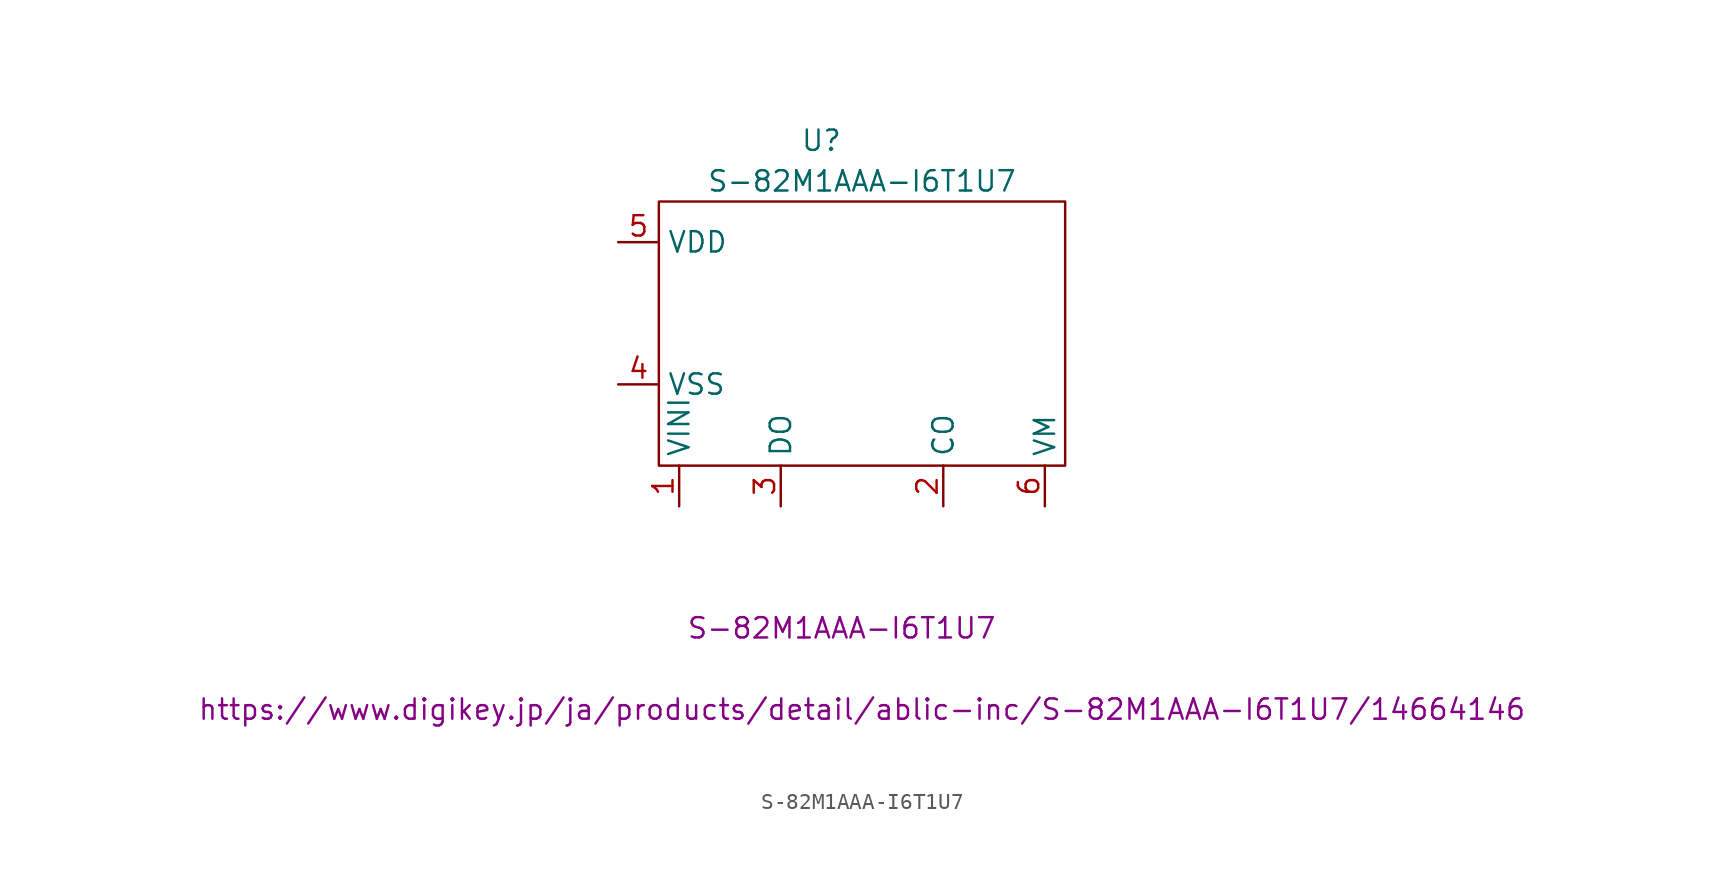
<source format=kicad_sym>
(kicad_symbol_lib
  (version 20211014)
  (generator kicad_symbol_editor)
  (symbol "S-82M1AAA-I6T1U7"
    (property "Reference" "U"
      (at -2.54 12.7 0)
      (effects (font (size 1.27 1.27))))
    (property "Value" "S-82M1AAA-I6T1U7"
      (at 0 10.16 0)
      (effects (font (size 1.27 1.27))))
    (property "manf#" "S-82M1AAA-I6T1U7"
      (at -1.27 -17.78 0)
      (effects (font (size 1.27 1.27))))
    (property "order_RUL" "https://www.digikey.jp/ja/products/detail/ablic-inc/S-82M1AAA-I6T1U7/14664146"
      (at 0 -22.86 0)
      (effects (font (size 1.27 1.27))))
    (symbol "S-82M1AAA-I6T1U7_0_1"
      (rectangle (start -12.7 8.89) (end 12.7 -7.62) (stroke (width 0) (type default) (color 0 0 0 0)) (fill (type none))))
    (symbol "S-82M1AAA-I6T1U7_1_1"
      (pin input line (at -11.43 -10.16 90) (length 2.54) (name "VINI" (effects (font (size 1.27 1.27)))) (number "1" (effects (font (size 1.27 1.27)))))
      (pin output line (at 5.08 -10.16 90) (length 2.54) (name "CO" (effects (font (size 1.27 1.27)))) (number "2" (effects (font (size 1.27 1.27)))))
      (pin output line (at -5.08 -10.16 90) (length 2.54) (name "DO" (effects (font (size 1.27 1.27)))) (number "3" (effects (font (size 1.27 1.27)))))
      (pin power_in line (at -15.24 -2.54 0) (length 2.54) (name "VSS" (effects (font (size 1.27 1.27)))) (number "4" (effects (font (size 1.27 1.27)))))
      (pin power_in line (at -15.24 6.35 0) (length 2.54) (name "VDD" (effects (font (size 1.27 1.27)))) (number "5" (effects (font (size 1.27 1.27)))))
      (pin input line (at 11.43 -10.16 90) (length 2.54) (name "VM" (effects (font (size 1.27 1.27)))) (number "6" (effects (font (size 1.27 1.27))))))))
</source>
